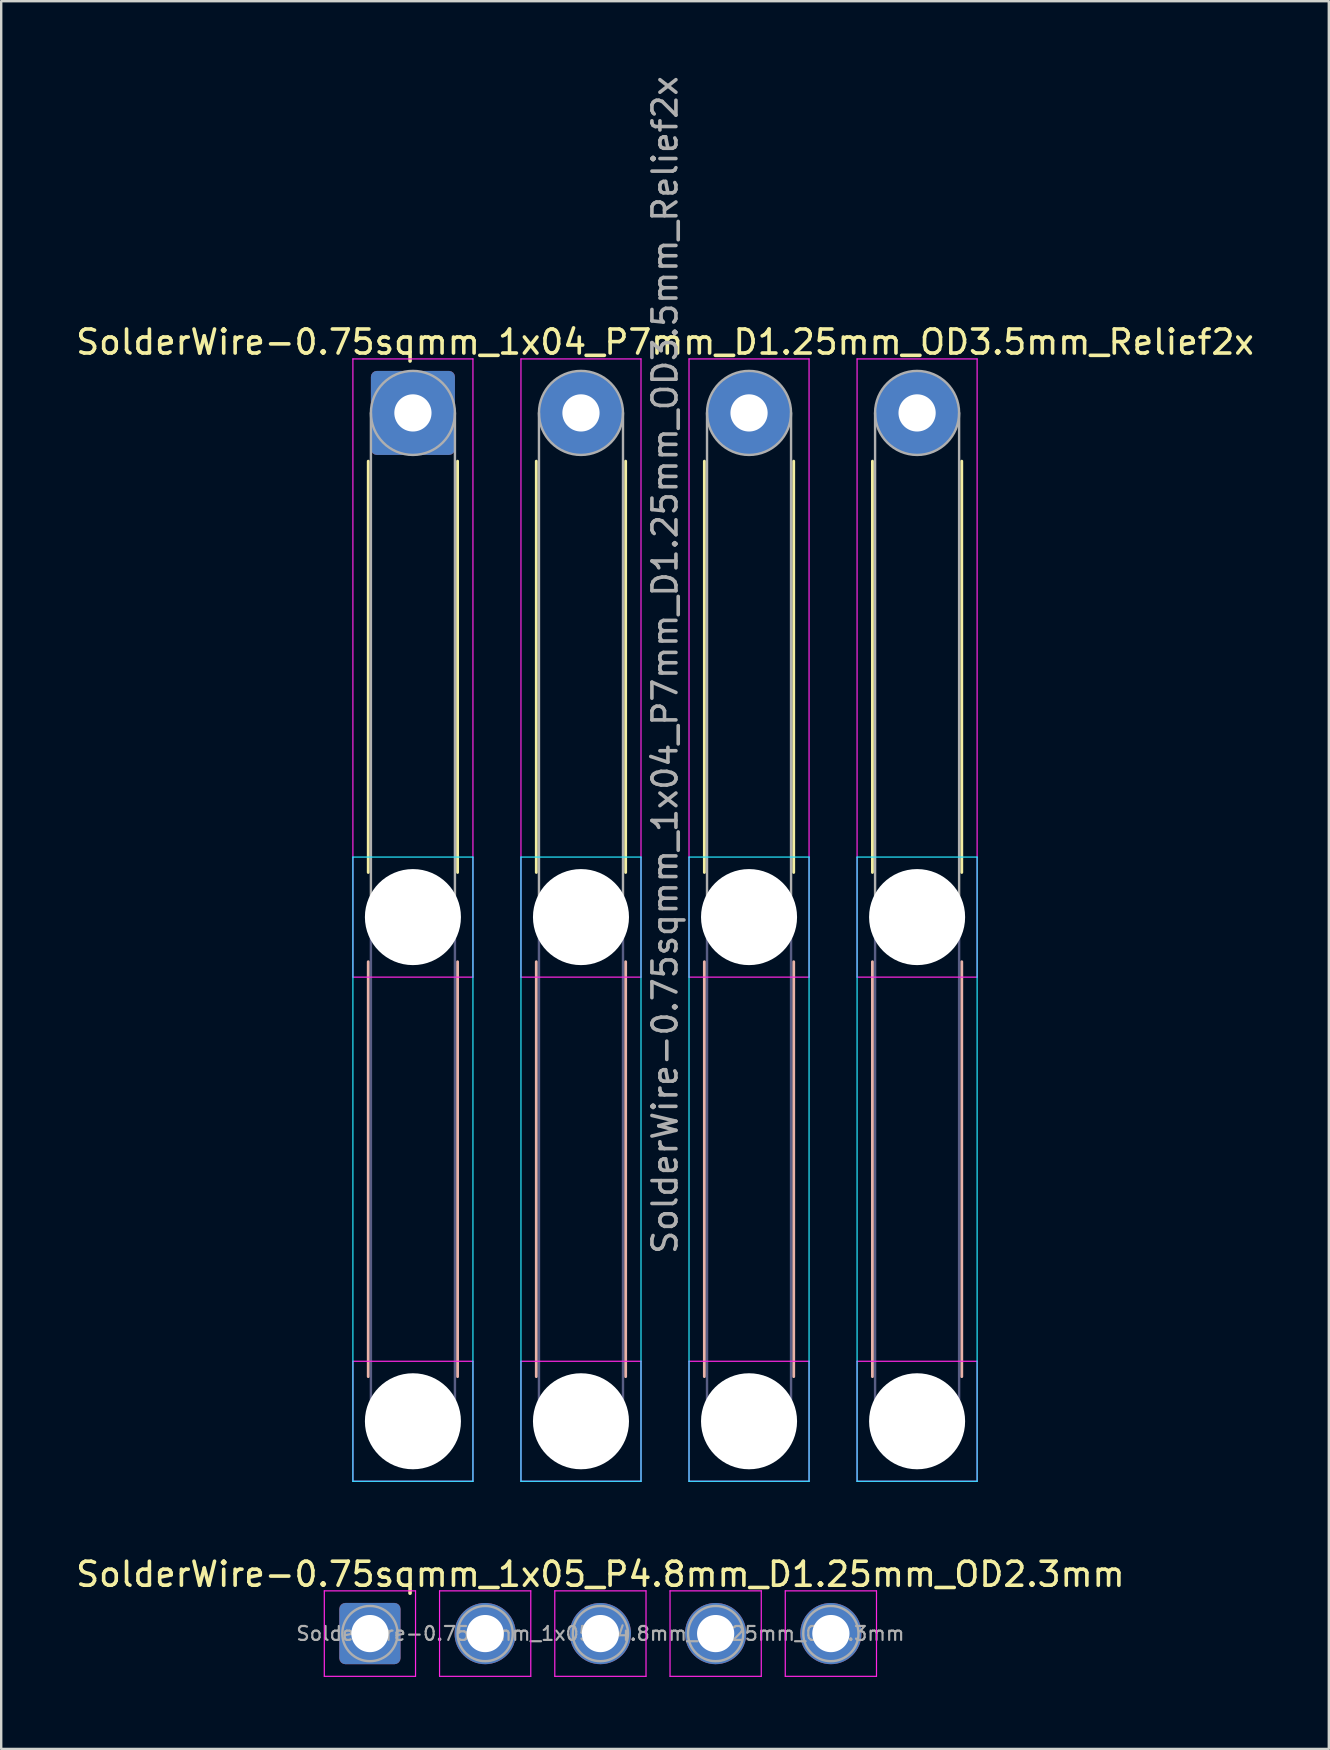
<source format=kicad_pcb>
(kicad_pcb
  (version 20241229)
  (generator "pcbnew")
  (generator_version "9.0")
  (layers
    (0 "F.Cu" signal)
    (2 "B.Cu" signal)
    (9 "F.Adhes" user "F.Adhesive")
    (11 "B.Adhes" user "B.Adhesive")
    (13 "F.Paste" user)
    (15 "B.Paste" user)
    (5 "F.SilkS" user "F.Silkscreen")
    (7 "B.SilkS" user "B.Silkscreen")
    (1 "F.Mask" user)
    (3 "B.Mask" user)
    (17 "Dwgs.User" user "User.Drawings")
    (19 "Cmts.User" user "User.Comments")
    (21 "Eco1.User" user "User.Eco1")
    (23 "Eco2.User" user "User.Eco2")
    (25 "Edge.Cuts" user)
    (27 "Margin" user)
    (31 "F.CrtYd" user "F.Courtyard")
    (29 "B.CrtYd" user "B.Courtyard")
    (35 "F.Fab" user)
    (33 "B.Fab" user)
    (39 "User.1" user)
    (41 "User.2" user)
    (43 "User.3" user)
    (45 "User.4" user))
  (footprint "SolderWire-0.75sqmm_1x04_P7mm_D1.25mm_OD3.5mm_Relief2x"
    (layer "F.Cu")
    (at 14.149 14.149)
    (property "Reference" "SolderWire-0.75sqmm_1x04_P7mm_D1.25mm_OD3.5mm_Relief2x" (at 10.5 -2.95 0) (layer "F.SilkS") (effects (font (size 1 1) (thickness 0.15))))
    (attr exclude_from_pos_files exclude_from_bom)
    (fp_line (start -1.86 2.01) (end -1.86 19.14) (stroke (width 0.12) (type solid)) (layer "F.SilkS"))
    (fp_line (start 1.86 2.01) (end 1.86 19.14) (stroke (width 0.12) (type solid)) (layer "F.SilkS"))
    (fp_line (start 5.14 2.01) (end 5.14 19.14) (stroke (width 0.12) (type solid)) (layer "F.SilkS"))
    (fp_line (start 8.86 2.01) (end 8.86 19.14) (stroke (width 0.12) (type solid)) (layer "F.SilkS"))
    (fp_line (start 12.14 2.01) (end 12.14 19.14) (stroke (width 0.12) (type solid)) (layer "F.SilkS"))
    (fp_line (start 15.86 2.01) (end 15.86 19.14) (stroke (width 0.12) (type solid)) (layer "F.SilkS"))
    (fp_line (start 19.14 2.01) (end 19.14 19.14) (stroke (width 0.12) (type solid)) (layer "F.SilkS"))
    (fp_line (start 22.86 2.01) (end 22.86 19.14) (stroke (width 0.12) (type solid)) (layer "F.SilkS"))
    (fp_line (start -1.86 22.86) (end -1.86 40.14) (stroke (width 0.12) (type solid)) (layer "B.SilkS"))
    (fp_line (start 1.86 22.86) (end 1.86 40.14) (stroke (width 0.12) (type solid)) (layer "B.SilkS"))
    (fp_line (start 5.14 22.86) (end 5.14 40.14) (stroke (width 0.12) (type solid)) (layer "B.SilkS"))
    (fp_line (start 8.86 22.86) (end 8.86 40.14) (stroke (width 0.12) (type solid)) (layer "B.SilkS"))
    (fp_line (start 12.14 22.86) (end 12.14 40.14) (stroke (width 0.12) (type solid)) (layer "B.SilkS"))
    (fp_line (start 15.86 22.86) (end 15.86 40.14) (stroke (width 0.12) (type solid)) (layer "B.SilkS"))
    (fp_line (start 19.14 22.86) (end 19.14 40.14) (stroke (width 0.12) (type solid)) (layer "B.SilkS"))
    (fp_line (start 22.86 22.86) (end 22.86 40.14) (stroke (width 0.12) (type solid)) (layer "B.SilkS"))
    (fp_line (start -2.5 18.5) (end -2.5 44.5) (stroke (width 0.05) (type solid)) (layer "B.CrtYd"))
    (fp_line (start -2.5 44.5) (end 2.5 44.5) (stroke (width 0.05) (type solid)) (layer "B.CrtYd"))
    (fp_line (start 2.5 18.5) (end -2.5 18.5) (stroke (width 0.05) (type solid)) (layer "B.CrtYd"))
    (fp_line (start 2.5 44.5) (end 2.5 18.5) (stroke (width 0.05) (type solid)) (layer "B.CrtYd"))
    (fp_line (start 4.5 18.5) (end 4.5 44.5) (stroke (width 0.05) (type solid)) (layer "B.CrtYd"))
    (fp_line (start 4.5 44.5) (end 9.5 44.5) (stroke (width 0.05) (type solid)) (layer "B.CrtYd"))
    (fp_line (start 9.5 18.5) (end 4.5 18.5) (stroke (width 0.05) (type solid)) (layer "B.CrtYd"))
    (fp_line (start 9.5 44.5) (end 9.5 18.5) (stroke (width 0.05) (type solid)) (layer "B.CrtYd"))
    (fp_line (start 11.5 18.5) (end 11.5 44.5) (stroke (width 0.05) (type solid)) (layer "B.CrtYd"))
    (fp_line (start 11.5 44.5) (end 16.5 44.5) (stroke (width 0.05) (type solid)) (layer "B.CrtYd"))
    (fp_line (start 16.5 18.5) (end 11.5 18.5) (stroke (width 0.05) (type solid)) (layer "B.CrtYd"))
    (fp_line (start 16.5 44.5) (end 16.5 18.5) (stroke (width 0.05) (type solid)) (layer "B.CrtYd"))
    (fp_line (start 18.5 18.5) (end 18.5 44.5) (stroke (width 0.05) (type solid)) (layer "B.CrtYd"))
    (fp_line (start 18.5 44.5) (end 23.5 44.5) (stroke (width 0.05) (type solid)) (layer "B.CrtYd"))
    (fp_line (start 23.5 18.5) (end 18.5 18.5) (stroke (width 0.05) (type solid)) (layer "B.CrtYd"))
    (fp_line (start 23.5 44.5) (end 23.5 18.5) (stroke (width 0.05) (type solid)) (layer "B.CrtYd"))
    (fp_line (start -2.5 -2.25) (end -2.5 23.5) (stroke (width 0.05) (type solid)) (layer "F.CrtYd"))
    (fp_line (start -2.5 23.5) (end 2.5 23.5) (stroke (width 0.05) (type solid)) (layer "F.CrtYd"))
    (fp_line (start -2.5 39.5) (end -2.5 44.5) (stroke (width 0.05) (type solid)) (layer "F.CrtYd"))
    (fp_line (start -2.5 44.5) (end 2.5 44.5) (stroke (width 0.05) (type solid)) (layer "F.CrtYd"))
    (fp_line (start 2.5 -2.25) (end -2.5 -2.25) (stroke (width 0.05) (type solid)) (layer "F.CrtYd"))
    (fp_line (start 2.5 23.5) (end 2.5 -2.25) (stroke (width 0.05) (type solid)) (layer "F.CrtYd"))
    (fp_line (start 2.5 39.5) (end -2.5 39.5) (stroke (width 0.05) (type solid)) (layer "F.CrtYd"))
    (fp_line (start 2.5 44.5) (end 2.5 39.5) (stroke (width 0.05) (type solid)) (layer "F.CrtYd"))
    (fp_line (start 4.5 -2.25) (end 4.5 23.5) (stroke (width 0.05) (type solid)) (layer "F.CrtYd"))
    (fp_line (start 4.5 23.5) (end 9.5 23.5) (stroke (width 0.05) (type solid)) (layer "F.CrtYd"))
    (fp_line (start 4.5 39.5) (end 4.5 44.5) (stroke (width 0.05) (type solid)) (layer "F.CrtYd"))
    (fp_line (start 4.5 44.5) (end 9.5 44.5) (stroke (width 0.05) (type solid)) (layer "F.CrtYd"))
    (fp_line (start 9.5 -2.25) (end 4.5 -2.25) (stroke (width 0.05) (type solid)) (layer "F.CrtYd"))
    (fp_line (start 9.5 23.5) (end 9.5 -2.25) (stroke (width 0.05) (type solid)) (layer "F.CrtYd"))
    (fp_line (start 9.5 39.5) (end 4.5 39.5) (stroke (width 0.05) (type solid)) (layer "F.CrtYd"))
    (fp_line (start 9.5 44.5) (end 9.5 39.5) (stroke (width 0.05) (type solid)) (layer "F.CrtYd"))
    (fp_line (start 11.5 -2.25) (end 11.5 23.5) (stroke (width 0.05) (type solid)) (layer "F.CrtYd"))
    (fp_line (start 11.5 23.5) (end 16.5 23.5) (stroke (width 0.05) (type solid)) (layer "F.CrtYd"))
    (fp_line (start 11.5 39.5) (end 11.5 44.5) (stroke (width 0.05) (type solid)) (layer "F.CrtYd"))
    (fp_line (start 11.5 44.5) (end 16.5 44.5) (stroke (width 0.05) (type solid)) (layer "F.CrtYd"))
    (fp_line (start 16.5 -2.25) (end 11.5 -2.25) (stroke (width 0.05) (type solid)) (layer "F.CrtYd"))
    (fp_line (start 16.5 23.5) (end 16.5 -2.25) (stroke (width 0.05) (type solid)) (layer "F.CrtYd"))
    (fp_line (start 16.5 39.5) (end 11.5 39.5) (stroke (width 0.05) (type solid)) (layer "F.CrtYd"))
    (fp_line (start 16.5 44.5) (end 16.5 39.5) (stroke (width 0.05) (type solid)) (layer "F.CrtYd"))
    (fp_line (start 18.5 -2.25) (end 18.5 23.5) (stroke (width 0.05) (type solid)) (layer "F.CrtYd"))
    (fp_line (start 18.5 23.5) (end 23.5 23.5) (stroke (width 0.05) (type solid)) (layer "F.CrtYd"))
    (fp_line (start 18.5 39.5) (end 18.5 44.5) (stroke (width 0.05) (type solid)) (layer "F.CrtYd"))
    (fp_line (start 18.5 44.5) (end 23.5 44.5) (stroke (width 0.05) (type solid)) (layer "F.CrtYd"))
    (fp_line (start 23.5 -2.25) (end 18.5 -2.25) (stroke (width 0.05) (type solid)) (layer "F.CrtYd"))
    (fp_line (start 23.5 23.5) (end 23.5 -2.25) (stroke (width 0.05) (type solid)) (layer "F.CrtYd"))
    (fp_line (start 23.5 39.5) (end 18.5 39.5) (stroke (width 0.05) (type solid)) (layer "F.CrtYd"))
    (fp_line (start 23.5 44.5) (end 23.5 39.5) (stroke (width 0.05) (type solid)) (layer "F.CrtYd"))
    (fp_line (start -1.75 21) (end -1.75 42) (stroke (width 0.1) (type solid)) (layer "B.Fab"))
    (fp_line (start 1.75 21) (end 1.75 42) (stroke (width 0.1) (type solid)) (layer "B.Fab"))
    (fp_line (start 5.25 21) (end 5.25 42) (stroke (width 0.1) (type solid)) (layer "B.Fab"))
    (fp_line (start 8.75 21) (end 8.75 42) (stroke (width 0.1) (type solid)) (layer "B.Fab"))
    (fp_line (start 12.25 21) (end 12.25 42) (stroke (width 0.1) (type solid)) (layer "B.Fab"))
    (fp_line (start 15.75 21) (end 15.75 42) (stroke (width 0.1) (type solid)) (layer "B.Fab"))
    (fp_line (start 19.25 21) (end 19.25 42) (stroke (width 0.1) (type solid)) (layer "B.Fab"))
    (fp_line (start 22.75 21) (end 22.75 42) (stroke (width 0.1) (type solid)) (layer "B.Fab"))
    (fp_circle (center 0 21) (end 1.75 21) (stroke (width 0.1) (type solid)) (fill no) (layer "B.Fab"))
    (fp_circle (center 0 42) (end 1.75 42) (stroke (width 0.1) (type solid)) (fill no) (layer "B.Fab"))
    (fp_circle (center 7 21) (end 8.75 21) (stroke (width 0.1) (type solid)) (fill no) (layer "B.Fab"))
    (fp_circle (center 7 42) (end 8.75 42) (stroke (width 0.1) (type solid)) (fill no) (layer "B.Fab"))
    (fp_circle (center 14 21) (end 15.75 21) (stroke (width 0.1) (type solid)) (fill no) (layer "B.Fab"))
    (fp_circle (center 14 42) (end 15.75 42) (stroke (width 0.1) (type solid)) (fill no) (layer "B.Fab"))
    (fp_circle (center 21 21) (end 22.75 21) (stroke (width 0.1) (type solid)) (fill no) (layer "B.Fab"))
    (fp_circle (center 21 42) (end 22.75 42) (stroke (width 0.1) (type solid)) (fill no) (layer "B.Fab"))
    (fp_line (start -1.75 0) (end -1.75 21) (stroke (width 0.1) (type solid)) (layer "F.Fab"))
    (fp_line (start 1.75 0) (end 1.75 21) (stroke (width 0.1) (type solid)) (layer "F.Fab"))
    (fp_line (start 5.25 0) (end 5.25 21) (stroke (width 0.1) (type solid)) (layer "F.Fab"))
    (fp_line (start 8.75 0) (end 8.75 21) (stroke (width 0.1) (type solid)) (layer "F.Fab"))
    (fp_line (start 12.25 0) (end 12.25 21) (stroke (width 0.1) (type solid)) (layer "F.Fab"))
    (fp_line (start 15.75 0) (end 15.75 21) (stroke (width 0.1) (type solid)) (layer "F.Fab"))
    (fp_line (start 19.25 0) (end 19.25 21) (stroke (width 0.1) (type solid)) (layer "F.Fab"))
    (fp_line (start 22.75 0) (end 22.75 21) (stroke (width 0.1) (type solid)) (layer "F.Fab"))
    (fp_circle (center 0 0) (end 1.75 0) (stroke (width 0.1) (type solid)) (fill no) (layer "F.Fab"))
    (fp_circle (center 0 21) (end 1.75 21) (stroke (width 0.1) (type solid)) (fill no) (layer "F.Fab"))
    (fp_circle (center 0 42) (end 1.75 42) (stroke (width 0.1) (type solid)) (fill no) (layer "F.Fab"))
    (fp_circle (center 7 0) (end 8.75 0) (stroke (width 0.1) (type solid)) (fill no) (layer "F.Fab"))
    (fp_circle (center 7 21) (end 8.75 21) (stroke (width 0.1) (type solid)) (fill no) (layer "F.Fab"))
    (fp_circle (center 7 42) (end 8.75 42) (stroke (width 0.1) (type solid)) (fill no) (layer "F.Fab"))
    (fp_circle (center 14 0) (end 15.75 0) (stroke (width 0.1) (type solid)) (fill no) (layer "F.Fab"))
    (fp_circle (center 14 21) (end 15.75 21) (stroke (width 0.1) (type solid)) (fill no) (layer "F.Fab"))
    (fp_circle (center 14 42) (end 15.75 42) (stroke (width 0.1) (type solid)) (fill no) (layer "F.Fab"))
    (fp_circle (center 21 0) (end 22.75 0) (stroke (width 0.1) (type solid)) (fill no) (layer "F.Fab"))
    (fp_circle (center 21 21) (end 22.75 21) (stroke (width 0.1) (type solid)) (fill no) (layer "F.Fab"))
    (fp_circle (center 21 42) (end 22.75 42) (stroke (width 0.1) (type solid)) (fill no) (layer "F.Fab"))
    (fp_text user "${REFERENCE}" (at 10.5 10.5 90) (layer "F.Fab") (effects (font (size 1 1) (thickness 0.15))))
    (pad "" np_thru_hole circle (at 0 21) (size 4 4) (drill 4) (layers "*.Cu" "*.Mask"))
    (pad "" np_thru_hole circle (at 0 42) (size 4 4) (drill 4) (layers "*.Cu" "*.Mask"))
    (pad "" np_thru_hole circle (at 7 21) (size 4 4) (drill 4) (layers "*.Cu" "*.Mask"))
    (pad "" np_thru_hole circle (at 7 42) (size 4 4) (drill 4) (layers "*.Cu" "*.Mask"))
    (pad "" np_thru_hole circle (at 14 21) (size 4 4) (drill 4) (layers "*.Cu" "*.Mask"))
    (pad "" np_thru_hole circle (at 14 42) (size 4 4) (drill 4) (layers "*.Cu" "*.Mask"))
    (pad "" np_thru_hole circle (at 21 21) (size 4 4) (drill 4) (layers "*.Cu" "*.Mask"))
    (pad "" np_thru_hole circle (at 21 42) (size 4 4) (drill 4) (layers "*.Cu" "*.Mask"))
    (pad "1" thru_hole roundrect (at 0 0) (size 3.5 3.5) (drill 1.55) (layers "*.Cu" "*.Mask") (roundrect_rratio 0.071))
    (pad "2" thru_hole circle (at 7 0) (size 3.5 3.5) (drill 1.55) (layers "*.Cu" "*.Mask"))
    (pad "3" thru_hole circle (at 14 0) (size 3.5 3.5) (drill 1.55) (layers "*.Cu" "*.Mask"))
    (pad "4" thru_hole circle (at 21 0) (size 3.5 3.5) (drill 1.55) (layers "*.Cu" "*.Mask")))
  (footprint "SolderWire-0.75sqmm_1x05_P4.8mm_D1.25mm_OD2.3mm"
    (layer "F.Cu")
    (at 12.358 64.992)
    (property "Reference" "SolderWire-0.75sqmm_1x05_P4.8mm_D1.25mm_OD2.3mm" (at 9.6 -2.47 0) (layer "F.SilkS") (effects (font (size 1 1) (thickness 0.15))))
    (attr exclude_from_pos_files exclude_from_bom)
    (fp_line (start -1.9 -1.78) (end -1.9 1.78) (stroke (width 0.05) (type solid)) (layer "F.CrtYd"))
    (fp_line (start -1.9 1.78) (end 1.9 1.78) (stroke (width 0.05) (type solid)) (layer "F.CrtYd"))
    (fp_line (start 1.9 -1.78) (end -1.9 -1.78) (stroke (width 0.05) (type solid)) (layer "F.CrtYd"))
    (fp_line (start 1.9 1.78) (end 1.9 -1.78) (stroke (width 0.05) (type solid)) (layer "F.CrtYd"))
    (fp_line (start 2.9 -1.78) (end 2.9 1.78) (stroke (width 0.05) (type solid)) (layer "F.CrtYd"))
    (fp_line (start 2.9 1.78) (end 6.7 1.78) (stroke (width 0.05) (type solid)) (layer "F.CrtYd"))
    (fp_line (start 6.7 -1.78) (end 2.9 -1.78) (stroke (width 0.05) (type solid)) (layer "F.CrtYd"))
    (fp_line (start 6.7 1.78) (end 6.7 -1.78) (stroke (width 0.05) (type solid)) (layer "F.CrtYd"))
    (fp_line (start 7.7 -1.78) (end 7.7 1.78) (stroke (width 0.05) (type solid)) (layer "F.CrtYd"))
    (fp_line (start 7.7 1.78) (end 11.5 1.78) (stroke (width 0.05) (type solid)) (layer "F.CrtYd"))
    (fp_line (start 11.5 -1.78) (end 7.7 -1.78) (stroke (width 0.05) (type solid)) (layer "F.CrtYd"))
    (fp_line (start 11.5 1.78) (end 11.5 -1.78) (stroke (width 0.05) (type solid)) (layer "F.CrtYd"))
    (fp_line (start 12.5 -1.78) (end 12.5 1.78) (stroke (width 0.05) (type solid)) (layer "F.CrtYd"))
    (fp_line (start 12.5 1.78) (end 16.3 1.78) (stroke (width 0.05) (type solid)) (layer "F.CrtYd"))
    (fp_line (start 16.3 -1.78) (end 12.5 -1.78) (stroke (width 0.05) (type solid)) (layer "F.CrtYd"))
    (fp_line (start 16.3 1.78) (end 16.3 -1.78) (stroke (width 0.05) (type solid)) (layer "F.CrtYd"))
    (fp_line (start 17.3 -1.78) (end 17.3 1.78) (stroke (width 0.05) (type solid)) (layer "F.CrtYd"))
    (fp_line (start 17.3 1.78) (end 21.1 1.78) (stroke (width 0.05) (type solid)) (layer "F.CrtYd"))
    (fp_line (start 21.1 -1.78) (end 17.3 -1.78) (stroke (width 0.05) (type solid)) (layer "F.CrtYd"))
    (fp_line (start 21.1 1.78) (end 21.1 -1.78) (stroke (width 0.05) (type solid)) (layer "F.CrtYd"))
    (fp_circle (center 0 0) (end 1.15 0) (stroke (width 0.1) (type solid)) (fill no) (layer "F.Fab"))
    (fp_circle (center 4.8 0) (end 5.95 0) (stroke (width 0.1) (type solid)) (fill no) (layer "F.Fab"))
    (fp_circle (center 9.6 0) (end 10.75 0) (stroke (width 0.1) (type solid)) (fill no) (layer "F.Fab"))
    (fp_circle (center 14.4 0) (end 15.55 0) (stroke (width 0.1) (type solid)) (fill no) (layer "F.Fab"))
    (fp_circle (center 19.2 0) (end 20.35 0) (stroke (width 0.1) (type solid)) (fill no) (layer "F.Fab"))
    (fp_text user "${REFERENCE}" (at 9.6 0 0) (layer "F.Fab") (effects (font (size 0.58 0.58) (thickness 0.09))))
    (pad "1" thru_hole roundrect (at 0 0) (size 2.55 2.55) (drill 1.55) (layers "*.Cu" "*.Mask") (roundrect_rratio 0.098))
    (pad "2" thru_hole circle (at 4.8 0) (size 2.55 2.55) (drill 1.55) (layers "*.Cu" "*.Mask"))
    (pad "3" thru_hole circle (at 9.6 0) (size 2.55 2.55) (drill 1.55) (layers "*.Cu" "*.Mask"))
    (pad "4" thru_hole circle (at 14.4 0) (size 2.55 2.55) (drill 1.55) (layers "*.Cu" "*.Mask"))
    (pad "5" thru_hole circle (at 19.2 0) (size 2.55 2.55) (drill 1.55) (layers "*.Cu" "*.Mask")))
  (gr_rect
    (start -3 -3)
    (end 52.298 69.797)
    (stroke (width 0.1) (type default))
    (fill no)
    (layer "Edge.Cuts")))
</source>
